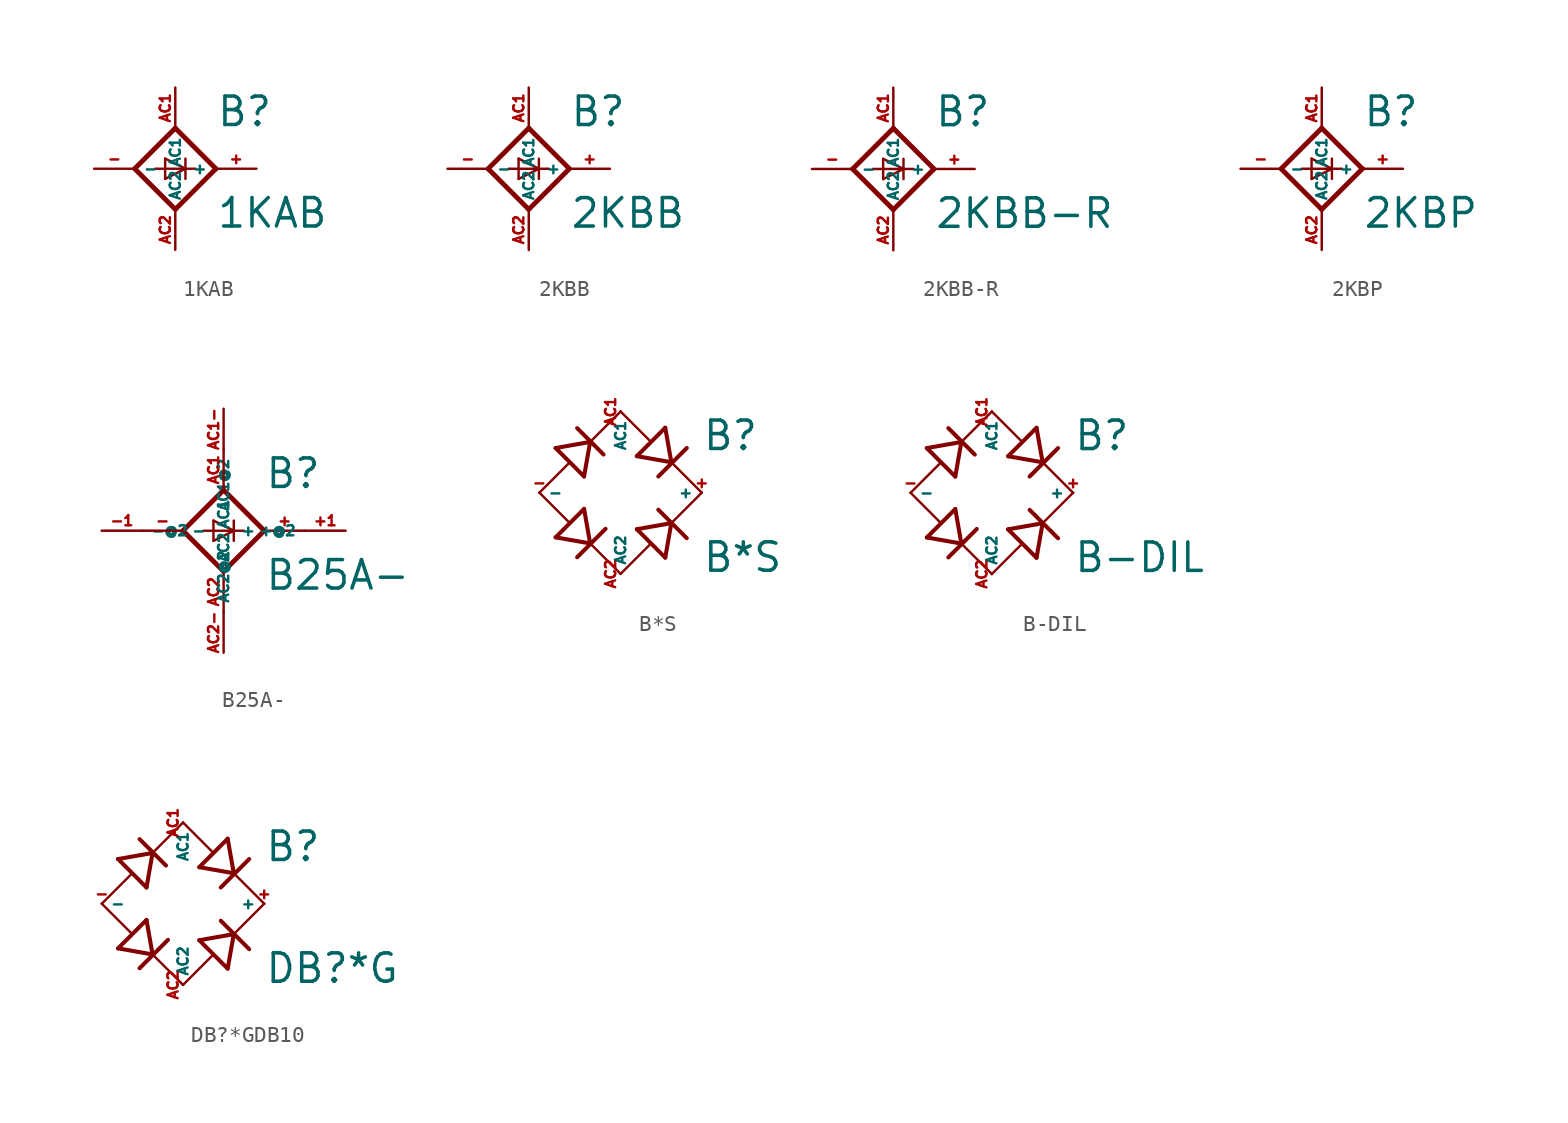
<source format=kicad_sym>
(kicad_symbol_lib
  (version 20220914)
  (generator Eagle2Kicad)
  (symbol "1KAB"
    (property "Reference" "B"
      (at 2.54 2.54 0)
      (effects (font (size 1.778 1.778) (thickness 0.22)) (justify left bottom)))
    (property "Value" "1KAB"
      (at 2.54 -3.81 0)
      (effects (font (size 1.778 1.778) (thickness 0.22)) (justify left bottom)))
    (polyline
      (pts (xy 0 -2.54) (xy 2.54 0))
      (stroke (width 0.305) (type default))
      (fill (type none)))
    (polyline
      (pts (xy 0 2.54) (xy -2.54 0))
      (stroke (width 0.305) (type default))
      (fill (type none)))
    (polyline
      (pts (xy -2.54 0) (xy 0 -2.54))
      (stroke (width 0.305) (type default))
      (fill (type none)))
    (polyline
      (pts (xy 2.54 0) (xy 0 2.54))
      (stroke (width 0.305) (type default))
      (fill (type none)))
    (polyline
      (pts (xy -1.27 0) (xy 0.635 0))
      (stroke (width 0.152) (type default))
      (fill (type none)))
    (polyline
      (pts (xy -0.635 0.635) (xy -0.635 -0.635))
      (stroke (width 0.152) (type default))
      (fill (type none)))
    (polyline
      (pts (xy -0.635 0.635) (xy 0.635 0))
      (stroke (width 0.152) (type default))
      (fill (type none)))
    (polyline
      (pts (xy 0.635 0) (xy 1.27 0))
      (stroke (width 0.152) (type default))
      (fill (type none)))
    (polyline
      (pts (xy 0.635 0) (xy -0.635 -0.635))
      (stroke (width 0.152) (type default))
      (fill (type none)))
    (polyline
      (pts (xy 0.635 0.635) (xy 0.635 -0.635))
      (stroke (width 0.152) (type default))
      (fill (type none)))
    (pin passive line
      (at 0 5.08 270)
      (length 2.54)
      (name "AC1" (effects (font (size 0.635 0.635) (thickness 0.08)) (justify left bottom)))
      (number "AC1" (effects (font (size 0.635 0.635) (thickness 0.08)) (justify left bottom))))
    (pin passive line
      (at 0 -5.08 90)
      (length 2.54)
      (name "AC2" (effects (font (size 0.635 0.635) (thickness 0.08)) (justify left bottom)))
      (number "AC2" (effects (font (size 0.635 0.635) (thickness 0.08)) (justify left bottom))))
    (pin passive line
      (at -5.08 0 0)
      (length 2.54)
      (name "-" (effects (font (size 0.635 0.635) (thickness 0.08)) (justify left bottom)))
      (number "-" (effects (font (size 0.635 0.635) (thickness 0.08)) (justify left bottom))))
    (pin passive line
      (at 5.08 0 180)
      (length 2.54)
      (name "+" (effects (font (size 0.635 0.635) (thickness 0.08)) (justify left bottom)))
      (number "+" (effects (font (size 0.635 0.635) (thickness 0.08)) (justify left bottom)))))
  (symbol "2KBB"
    (property "Reference" "B"
      (at 2.54 2.54 0)
      (effects (font (size 1.778 1.778) (thickness 0.22)) (justify left bottom)))
    (property "Value" "2KBB"
      (at 2.54 -3.81 0)
      (effects (font (size 1.778 1.778) (thickness 0.22)) (justify left bottom)))
    (polyline
      (pts (xy 0 -2.54) (xy 2.54 0))
      (stroke (width 0.305) (type default))
      (fill (type none)))
    (polyline
      (pts (xy 0 2.54) (xy -2.54 0))
      (stroke (width 0.305) (type default))
      (fill (type none)))
    (polyline
      (pts (xy -2.54 0) (xy 0 -2.54))
      (stroke (width 0.305) (type default))
      (fill (type none)))
    (polyline
      (pts (xy 2.54 0) (xy 0 2.54))
      (stroke (width 0.305) (type default))
      (fill (type none)))
    (polyline
      (pts (xy -1.27 0) (xy 0.635 0))
      (stroke (width 0.152) (type default))
      (fill (type none)))
    (polyline
      (pts (xy -0.635 0.635) (xy -0.635 -0.635))
      (stroke (width 0.152) (type default))
      (fill (type none)))
    (polyline
      (pts (xy -0.635 0.635) (xy 0.635 0))
      (stroke (width 0.152) (type default))
      (fill (type none)))
    (polyline
      (pts (xy 0.635 0) (xy 1.27 0))
      (stroke (width 0.152) (type default))
      (fill (type none)))
    (polyline
      (pts (xy 0.635 0) (xy -0.635 -0.635))
      (stroke (width 0.152) (type default))
      (fill (type none)))
    (polyline
      (pts (xy 0.635 0.635) (xy 0.635 -0.635))
      (stroke (width 0.152) (type default))
      (fill (type none)))
    (pin passive line
      (at 0 5.08 270)
      (length 2.54)
      (name "AC1" (effects (font (size 0.635 0.635) (thickness 0.08)) (justify left bottom)))
      (number "AC1" (effects (font (size 0.635 0.635) (thickness 0.08)) (justify left bottom))))
    (pin passive line
      (at 0 -5.08 90)
      (length 2.54)
      (name "AC2" (effects (font (size 0.635 0.635) (thickness 0.08)) (justify left bottom)))
      (number "AC2" (effects (font (size 0.635 0.635) (thickness 0.08)) (justify left bottom))))
    (pin passive line
      (at -5.08 0 0)
      (length 2.54)
      (name "-" (effects (font (size 0.635 0.635) (thickness 0.08)) (justify left bottom)))
      (number "-" (effects (font (size 0.635 0.635) (thickness 0.08)) (justify left bottom))))
    (pin passive line
      (at 5.08 0 180)
      (length 2.54)
      (name "+" (effects (font (size 0.635 0.635) (thickness 0.08)) (justify left bottom)))
      (number "+" (effects (font (size 0.635 0.635) (thickness 0.08)) (justify left bottom)))))
  (symbol "2KBB-R"
    (property "Reference" "B"
      (at 2.54 2.54 0)
      (effects (font (size 1.778 1.778) (thickness 0.22)) (justify left bottom)))
    (property "Value" "2KBB-R"
      (at 2.54 -3.81 0)
      (effects (font (size 1.778 1.778) (thickness 0.22)) (justify left bottom)))
    (polyline
      (pts (xy 0 -2.54) (xy 2.54 0))
      (stroke (width 0.305) (type default))
      (fill (type none)))
    (polyline
      (pts (xy 0 2.54) (xy -2.54 0))
      (stroke (width 0.305) (type default))
      (fill (type none)))
    (polyline
      (pts (xy -2.54 0) (xy 0 -2.54))
      (stroke (width 0.305) (type default))
      (fill (type none)))
    (polyline
      (pts (xy 2.54 0) (xy 0 2.54))
      (stroke (width 0.305) (type default))
      (fill (type none)))
    (polyline
      (pts (xy -1.27 0) (xy 0.635 0))
      (stroke (width 0.152) (type default))
      (fill (type none)))
    (polyline
      (pts (xy -0.635 0.635) (xy -0.635 -0.635))
      (stroke (width 0.152) (type default))
      (fill (type none)))
    (polyline
      (pts (xy -0.635 0.635) (xy 0.635 0))
      (stroke (width 0.152) (type default))
      (fill (type none)))
    (polyline
      (pts (xy 0.635 0) (xy 1.27 0))
      (stroke (width 0.152) (type default))
      (fill (type none)))
    (polyline
      (pts (xy 0.635 0) (xy -0.635 -0.635))
      (stroke (width 0.152) (type default))
      (fill (type none)))
    (polyline
      (pts (xy 0.635 0.635) (xy 0.635 -0.635))
      (stroke (width 0.152) (type default))
      (fill (type none)))
    (pin passive line
      (at 0 5.08 270)
      (length 2.54)
      (name "AC1" (effects (font (size 0.635 0.635) (thickness 0.08)) (justify left bottom)))
      (number "AC1" (effects (font (size 0.635 0.635) (thickness 0.08)) (justify left bottom))))
    (pin passive line
      (at 0 -5.08 90)
      (length 2.54)
      (name "AC2" (effects (font (size 0.635 0.635) (thickness 0.08)) (justify left bottom)))
      (number "AC2" (effects (font (size 0.635 0.635) (thickness 0.08)) (justify left bottom))))
    (pin passive line
      (at -5.08 0 0)
      (length 2.54)
      (name "-" (effects (font (size 0.635 0.635) (thickness 0.08)) (justify left bottom)))
      (number "-" (effects (font (size 0.635 0.635) (thickness 0.08)) (justify left bottom))))
    (pin passive line
      (at 5.08 0 180)
      (length 2.54)
      (name "+" (effects (font (size 0.635 0.635) (thickness 0.08)) (justify left bottom)))
      (number "+" (effects (font (size 0.635 0.635) (thickness 0.08)) (justify left bottom)))))
  (symbol "2KBP"
    (property "Reference" "B"
      (at 2.54 2.54 0)
      (effects (font (size 1.778 1.778) (thickness 0.22)) (justify left bottom)))
    (property "Value" "2KBP"
      (at 2.54 -3.81 0)
      (effects (font (size 1.778 1.778) (thickness 0.22)) (justify left bottom)))
    (polyline
      (pts (xy 0 -2.54) (xy 2.54 0))
      (stroke (width 0.305) (type default))
      (fill (type none)))
    (polyline
      (pts (xy 0 2.54) (xy -2.54 0))
      (stroke (width 0.305) (type default))
      (fill (type none)))
    (polyline
      (pts (xy -2.54 0) (xy 0 -2.54))
      (stroke (width 0.305) (type default))
      (fill (type none)))
    (polyline
      (pts (xy 2.54 0) (xy 0 2.54))
      (stroke (width 0.305) (type default))
      (fill (type none)))
    (polyline
      (pts (xy -1.27 0) (xy 0.635 0))
      (stroke (width 0.152) (type default))
      (fill (type none)))
    (polyline
      (pts (xy -0.635 0.635) (xy -0.635 -0.635))
      (stroke (width 0.152) (type default))
      (fill (type none)))
    (polyline
      (pts (xy -0.635 0.635) (xy 0.635 0))
      (stroke (width 0.152) (type default))
      (fill (type none)))
    (polyline
      (pts (xy 0.635 0) (xy 1.27 0))
      (stroke (width 0.152) (type default))
      (fill (type none)))
    (polyline
      (pts (xy 0.635 0) (xy -0.635 -0.635))
      (stroke (width 0.152) (type default))
      (fill (type none)))
    (polyline
      (pts (xy 0.635 0.635) (xy 0.635 -0.635))
      (stroke (width 0.152) (type default))
      (fill (type none)))
    (pin passive line
      (at 0 5.08 270)
      (length 2.54)
      (name "AC1" (effects (font (size 0.635 0.635) (thickness 0.08)) (justify left bottom)))
      (number "AC1" (effects (font (size 0.635 0.635) (thickness 0.08)) (justify left bottom))))
    (pin passive line
      (at 0 -5.08 90)
      (length 2.54)
      (name "AC2" (effects (font (size 0.635 0.635) (thickness 0.08)) (justify left bottom)))
      (number "AC2" (effects (font (size 0.635 0.635) (thickness 0.08)) (justify left bottom))))
    (pin passive line
      (at -5.08 0 0)
      (length 2.54)
      (name "-" (effects (font (size 0.635 0.635) (thickness 0.08)) (justify left bottom)))
      (number "-" (effects (font (size 0.635 0.635) (thickness 0.08)) (justify left bottom))))
    (pin passive line
      (at 5.08 0 180)
      (length 2.54)
      (name "+" (effects (font (size 0.635 0.635) (thickness 0.08)) (justify left bottom)))
      (number "+" (effects (font (size 0.635 0.635) (thickness 0.08)) (justify left bottom)))))
  (symbol "B25A-"
    (property "Reference" "B"
      (at 2.54 2.54 0)
      (effects (font (size 1.778 1.778) (thickness 0.22)) (justify left bottom)))
    (property "Value" "B25A-"
      (at 2.54 -3.81 0)
      (effects (font (size 1.778 1.778) (thickness 0.22)) (justify left bottom)))
    (polyline
      (pts (xy 0 -2.54) (xy 2.54 0))
      (stroke (width 0.305) (type default))
      (fill (type none)))
    (polyline
      (pts (xy 0 2.54) (xy -2.54 0))
      (stroke (width 0.305) (type default))
      (fill (type none)))
    (polyline
      (pts (xy -2.54 0) (xy 0 -2.54))
      (stroke (width 0.305) (type default))
      (fill (type none)))
    (polyline
      (pts (xy 2.54 0) (xy 0 2.54))
      (stroke (width 0.305) (type default))
      (fill (type none)))
    (polyline
      (pts (xy -1.27 0) (xy 0.635 0))
      (stroke (width 0.152) (type default))
      (fill (type none)))
    (polyline
      (pts (xy -0.635 0.635) (xy -0.635 -0.635))
      (stroke (width 0.152) (type default))
      (fill (type none)))
    (polyline
      (pts (xy -0.635 0.635) (xy 0.635 0))
      (stroke (width 0.152) (type default))
      (fill (type none)))
    (polyline
      (pts (xy 0.635 0) (xy 1.27 0))
      (stroke (width 0.152) (type default))
      (fill (type none)))
    (polyline
      (pts (xy 0.635 0) (xy -0.635 -0.635))
      (stroke (width 0.152) (type default))
      (fill (type none)))
    (polyline
      (pts (xy 0.635 0.635) (xy 0.635 -0.635))
      (stroke (width 0.152) (type default))
      (fill (type none)))
    (pin passive line
      (at 0 5.08 270)
      (length 2.54)
      (name "AC1" (effects (font (size 0.635 0.635) (thickness 0.08)) (justify left bottom)))
      (number "AC1" (effects (font (size 0.635 0.635) (thickness 0.08)) (justify left bottom))))
    (pin passive line
      (at 0 -5.08 90)
      (length 2.54)
      (name "AC2" (effects (font (size 0.635 0.635) (thickness 0.08)) (justify left bottom)))
      (number "AC2" (effects (font (size 0.635 0.635) (thickness 0.08)) (justify left bottom))))
    (pin passive line
      (at -5.08 0 0)
      (length 2.54)
      (name "-" (effects (font (size 0.635 0.635) (thickness 0.08)) (justify left bottom)))
      (number "-" (effects (font (size 0.635 0.635) (thickness 0.08)) (justify left bottom))))
    (pin passive line
      (at 5.08 0 180)
      (length 2.54)
      (name "+" (effects (font (size 0.635 0.635) (thickness 0.08)) (justify left bottom)))
      (number "+" (effects (font (size 0.635 0.635) (thickness 0.08)) (justify left bottom))))
    (pin passive line
      (at -7.62 0 0)
      (length 2.54)
      (name "-@2" (effects (font (size 0.635 0.635) (thickness 0.08)) (justify left bottom)))
      (number "-1" (effects (font (size 0.635 0.635) (thickness 0.08)) (justify left bottom))))
    (pin passive line
      (at 0 7.62 270)
      (length 2.54)
      (name "AC1@2" (effects (font (size 0.635 0.635) (thickness 0.08)) (justify left bottom)))
      (number "AC1-" (effects (font (size 0.635 0.635) (thickness 0.08)) (justify left bottom))))
    (pin passive line
      (at 7.62 0 180)
      (length 2.54)
      (name "+@2" (effects (font (size 0.635 0.635) (thickness 0.08)) (justify left bottom)))
      (number "+1" (effects (font (size 0.635 0.635) (thickness 0.08)) (justify left bottom))))
    (pin passive line
      (at 0 -7.62 90)
      (length 2.54)
      (name "AC2@2" (effects (font (size 0.635 0.635) (thickness 0.08)) (justify left bottom)))
      (number "AC2-" (effects (font (size 0.635 0.635) (thickness 0.08)) (justify left bottom)))))
  (symbol "B*S"
    (property "Reference" "B"
      (at 5.08 2.54 0)
      (effects (font (size 1.778 1.778) (thickness 0.22)) (justify left bottom)))
    (property "Value" "B*S"
      (at 5.08 -5.08 0)
      (effects (font (size 1.778 1.778) (thickness 0.22)) (justify left bottom)))
    (polyline
      (pts (xy -1.905 -3.175) (xy -4.064 -2.794))
      (stroke (width 0.254) (type default))
      (fill (type none)))
    (polyline
      (pts (xy -1.905 -3.175) (xy -2.286 -1.016))
      (stroke (width 0.254) (type default))
      (fill (type none)))
    (polyline
      (pts (xy -2.718 -4.039) (xy -0.94 -2.261))
      (stroke (width 0.254) (type default))
      (fill (type none)))
    (polyline
      (pts (xy -1.905 3.175) (xy -4.064 2.794))
      (stroke (width 0.254) (type default))
      (fill (type none)))
    (polyline
      (pts (xy -1.905 3.175) (xy -2.286 1.016))
      (stroke (width 0.254) (type default))
      (fill (type none)))
    (polyline
      (pts (xy -2.718 4.039) (xy -1.067 2.388))
      (stroke (width 0.254) (type default))
      (fill (type none)))
    (polyline
      (pts (xy 3.175 1.905) (xy 2.794 4.064))
      (stroke (width 0.254) (type default))
      (fill (type none)))
    (polyline
      (pts (xy 3.175 1.905) (xy 1.016 2.286))
      (stroke (width 0.254) (type default))
      (fill (type none)))
    (polyline
      (pts (xy 2.362 1.016) (xy 4.14 2.794))
      (stroke (width 0.254) (type default))
      (fill (type none)))
    (polyline
      (pts (xy 3.175 -1.905) (xy 2.794 -4.064))
      (stroke (width 0.254) (type default))
      (fill (type none)))
    (polyline
      (pts (xy 3.175 -1.905) (xy 1.016 -2.286))
      (stroke (width 0.254) (type default))
      (fill (type none)))
    (polyline
      (pts (xy 2.362 -1.067) (xy 4.14 -2.845))
      (stroke (width 0.254) (type default))
      (fill (type none)))
    (polyline
      (pts (xy 5.08 0) (xy 3.175 -1.905))
      (stroke (width 0.152) (type default))
      (fill (type none)))
    (polyline
      (pts (xy 0 -5.08) (xy -1.905 -3.175))
      (stroke (width 0.152) (type default))
      (fill (type none)))
    (polyline
      (pts (xy -3.277 -1.803) (xy -5.08 0))
      (stroke (width 0.152) (type default))
      (fill (type none)))
    (polyline
      (pts (xy -4.064 -2.794) (xy -2.286 -1.016))
      (stroke (width 0.254) (type default))
      (fill (type none)))
    (polyline
      (pts (xy -5.08 0) (xy -3.277 1.803))
      (stroke (width 0.152) (type default))
      (fill (type none)))
    (polyline
      (pts (xy -4.064 2.794) (xy -2.286 1.016))
      (stroke (width 0.254) (type default))
      (fill (type none)))
    (polyline
      (pts (xy -1.905 3.175) (xy 0 5.08))
      (stroke (width 0.152) (type default))
      (fill (type none)))
    (polyline
      (pts (xy 0 5.08) (xy 1.803 3.277))
      (stroke (width 0.152) (type default))
      (fill (type none)))
    (polyline
      (pts (xy 1.016 2.286) (xy 2.794 4.064))
      (stroke (width 0.254) (type default))
      (fill (type none)))
    (polyline
      (pts (xy 3.175 1.905) (xy 5.08 0))
      (stroke (width 0.152) (type default))
      (fill (type none)))
    (polyline
      (pts (xy 0 -5.08) (xy 1.803 -3.277))
      (stroke (width 0.152) (type default))
      (fill (type none)))
    (polyline
      (pts (xy 1.016 -2.286) (xy 2.794 -4.064))
      (stroke (width 0.254) (type default))
      (fill (type none)))
    (pin passive line
      (at 0 5.08 270)
      (length 0)
      (name "AC1" (effects (font (size 0.635 0.635) (thickness 0.08)) (justify left bottom)))
      (number "AC1" (effects (font (size 0.635 0.635) (thickness 0.08)) (justify left bottom))))
    (pin passive line
      (at 5.08 0 180)
      (length 0)
      (name "+" (effects (font (size 0.635 0.635) (thickness 0.08)) (justify left bottom)))
      (number "+" (effects (font (size 0.635 0.635) (thickness 0.08)) (justify left bottom))))
    (pin passive line
      (at 0 -5.08 90)
      (length 0)
      (name "AC2" (effects (font (size 0.635 0.635) (thickness 0.08)) (justify left bottom)))
      (number "AC2" (effects (font (size 0.635 0.635) (thickness 0.08)) (justify left bottom))))
    (pin passive line
      (at -5.08 0 0)
      (length 0)
      (name "-" (effects (font (size 0.635 0.635) (thickness 0.08)) (justify left bottom)))
      (number "-" (effects (font (size 0.635 0.635) (thickness 0.08)) (justify left bottom)))))
  (symbol "B-DIL"
    (property "Reference" "B"
      (at 5.08 2.54 0)
      (effects (font (size 1.778 1.778) (thickness 0.22)) (justify left bottom)))
    (property "Value" "B-DIL"
      (at 5.08 -5.08 0)
      (effects (font (size 1.778 1.778) (thickness 0.22)) (justify left bottom)))
    (polyline
      (pts (xy -1.905 -3.175) (xy -4.064 -2.794))
      (stroke (width 0.254) (type default))
      (fill (type none)))
    (polyline
      (pts (xy -1.905 -3.175) (xy -2.286 -1.016))
      (stroke (width 0.254) (type default))
      (fill (type none)))
    (polyline
      (pts (xy -2.718 -4.039) (xy -0.94 -2.261))
      (stroke (width 0.254) (type default))
      (fill (type none)))
    (polyline
      (pts (xy -1.905 3.175) (xy -4.064 2.794))
      (stroke (width 0.254) (type default))
      (fill (type none)))
    (polyline
      (pts (xy -1.905 3.175) (xy -2.286 1.016))
      (stroke (width 0.254) (type default))
      (fill (type none)))
    (polyline
      (pts (xy -2.718 4.039) (xy -1.067 2.388))
      (stroke (width 0.254) (type default))
      (fill (type none)))
    (polyline
      (pts (xy 3.175 1.905) (xy 2.794 4.064))
      (stroke (width 0.254) (type default))
      (fill (type none)))
    (polyline
      (pts (xy 3.175 1.905) (xy 1.016 2.286))
      (stroke (width 0.254) (type default))
      (fill (type none)))
    (polyline
      (pts (xy 2.362 1.016) (xy 4.14 2.794))
      (stroke (width 0.254) (type default))
      (fill (type none)))
    (polyline
      (pts (xy 3.175 -1.905) (xy 2.794 -4.064))
      (stroke (width 0.254) (type default))
      (fill (type none)))
    (polyline
      (pts (xy 3.175 -1.905) (xy 1.016 -2.286))
      (stroke (width 0.254) (type default))
      (fill (type none)))
    (polyline
      (pts (xy 2.362 -1.067) (xy 4.14 -2.845))
      (stroke (width 0.254) (type default))
      (fill (type none)))
    (polyline
      (pts (xy 5.08 0) (xy 3.175 -1.905))
      (stroke (width 0.152) (type default))
      (fill (type none)))
    (polyline
      (pts (xy 0 -5.08) (xy -1.905 -3.175))
      (stroke (width 0.152) (type default))
      (fill (type none)))
    (polyline
      (pts (xy -3.277 -1.803) (xy -5.08 0))
      (stroke (width 0.152) (type default))
      (fill (type none)))
    (polyline
      (pts (xy -4.064 -2.794) (xy -2.286 -1.016))
      (stroke (width 0.254) (type default))
      (fill (type none)))
    (polyline
      (pts (xy -5.08 0) (xy -3.277 1.803))
      (stroke (width 0.152) (type default))
      (fill (type none)))
    (polyline
      (pts (xy -4.064 2.794) (xy -2.286 1.016))
      (stroke (width 0.254) (type default))
      (fill (type none)))
    (polyline
      (pts (xy -1.905 3.175) (xy 0 5.08))
      (stroke (width 0.152) (type default))
      (fill (type none)))
    (polyline
      (pts (xy 0 5.08) (xy 1.803 3.277))
      (stroke (width 0.152) (type default))
      (fill (type none)))
    (polyline
      (pts (xy 1.016 2.286) (xy 2.794 4.064))
      (stroke (width 0.254) (type default))
      (fill (type none)))
    (polyline
      (pts (xy 3.175 1.905) (xy 5.08 0))
      (stroke (width 0.152) (type default))
      (fill (type none)))
    (polyline
      (pts (xy 0 -5.08) (xy 1.803 -3.277))
      (stroke (width 0.152) (type default))
      (fill (type none)))
    (polyline
      (pts (xy 1.016 -2.286) (xy 2.794 -4.064))
      (stroke (width 0.254) (type default))
      (fill (type none)))
    (pin passive line
      (at 0 5.08 270)
      (length 0)
      (name "AC1" (effects (font (size 0.635 0.635) (thickness 0.08)) (justify left bottom)))
      (number "AC1" (effects (font (size 0.635 0.635) (thickness 0.08)) (justify left bottom))))
    (pin passive line
      (at 5.08 0 180)
      (length 0)
      (name "+" (effects (font (size 0.635 0.635) (thickness 0.08)) (justify left bottom)))
      (number "+" (effects (font (size 0.635 0.635) (thickness 0.08)) (justify left bottom))))
    (pin passive line
      (at 0 -5.08 90)
      (length 0)
      (name "AC2" (effects (font (size 0.635 0.635) (thickness 0.08)) (justify left bottom)))
      (number "AC2" (effects (font (size 0.635 0.635) (thickness 0.08)) (justify left bottom))))
    (pin passive line
      (at -5.08 0 0)
      (length 0)
      (name "-" (effects (font (size 0.635 0.635) (thickness 0.08)) (justify left bottom)))
      (number "-" (effects (font (size 0.635 0.635) (thickness 0.08)) (justify left bottom)))))
  (symbol "DB?*GDB10"
    (property "Reference" "B"
      (at 5.08 2.54 0)
      (effects (font (size 1.778 1.778) (thickness 0.22)) (justify left bottom)))
    (property "Value" "DB?*G"
      (at 5.08 -5.08 0)
      (effects (font (size 1.778 1.778) (thickness 0.22)) (justify left bottom)))
    (polyline
      (pts (xy -1.905 -3.175) (xy -4.064 -2.794))
      (stroke (width 0.254) (type default))
      (fill (type none)))
    (polyline
      (pts (xy -1.905 -3.175) (xy -2.286 -1.016))
      (stroke (width 0.254) (type default))
      (fill (type none)))
    (polyline
      (pts (xy -2.718 -4.039) (xy -0.94 -2.261))
      (stroke (width 0.254) (type default))
      (fill (type none)))
    (polyline
      (pts (xy -1.905 3.175) (xy -4.064 2.794))
      (stroke (width 0.254) (type default))
      (fill (type none)))
    (polyline
      (pts (xy -1.905 3.175) (xy -2.286 1.016))
      (stroke (width 0.254) (type default))
      (fill (type none)))
    (polyline
      (pts (xy -2.718 4.039) (xy -1.067 2.388))
      (stroke (width 0.254) (type default))
      (fill (type none)))
    (polyline
      (pts (xy 3.175 1.905) (xy 2.794 4.064))
      (stroke (width 0.254) (type default))
      (fill (type none)))
    (polyline
      (pts (xy 3.175 1.905) (xy 1.016 2.286))
      (stroke (width 0.254) (type default))
      (fill (type none)))
    (polyline
      (pts (xy 2.362 1.016) (xy 4.14 2.794))
      (stroke (width 0.254) (type default))
      (fill (type none)))
    (polyline
      (pts (xy 3.175 -1.905) (xy 2.794 -4.064))
      (stroke (width 0.254) (type default))
      (fill (type none)))
    (polyline
      (pts (xy 3.175 -1.905) (xy 1.016 -2.286))
      (stroke (width 0.254) (type default))
      (fill (type none)))
    (polyline
      (pts (xy 2.362 -1.067) (xy 4.14 -2.845))
      (stroke (width 0.254) (type default))
      (fill (type none)))
    (polyline
      (pts (xy 5.08 0) (xy 3.175 -1.905))
      (stroke (width 0.152) (type default))
      (fill (type none)))
    (polyline
      (pts (xy 0 -5.08) (xy -1.905 -3.175))
      (stroke (width 0.152) (type default))
      (fill (type none)))
    (polyline
      (pts (xy -3.277 -1.803) (xy -5.08 0))
      (stroke (width 0.152) (type default))
      (fill (type none)))
    (polyline
      (pts (xy -4.064 -2.794) (xy -2.286 -1.016))
      (stroke (width 0.254) (type default))
      (fill (type none)))
    (polyline
      (pts (xy -5.08 0) (xy -3.277 1.803))
      (stroke (width 0.152) (type default))
      (fill (type none)))
    (polyline
      (pts (xy -4.064 2.794) (xy -2.286 1.016))
      (stroke (width 0.254) (type default))
      (fill (type none)))
    (polyline
      (pts (xy -1.905 3.175) (xy 0 5.08))
      (stroke (width 0.152) (type default))
      (fill (type none)))
    (polyline
      (pts (xy 0 5.08) (xy 1.803 3.277))
      (stroke (width 0.152) (type default))
      (fill (type none)))
    (polyline
      (pts (xy 1.016 2.286) (xy 2.794 4.064))
      (stroke (width 0.254) (type default))
      (fill (type none)))
    (polyline
      (pts (xy 3.175 1.905) (xy 5.08 0))
      (stroke (width 0.152) (type default))
      (fill (type none)))
    (polyline
      (pts (xy 0 -5.08) (xy 1.803 -3.277))
      (stroke (width 0.152) (type default))
      (fill (type none)))
    (polyline
      (pts (xy 1.016 -2.286) (xy 2.794 -4.064))
      (stroke (width 0.254) (type default))
      (fill (type none)))
    (pin passive line
      (at 0 5.08 270)
      (length 0)
      (name "AC1" (effects (font (size 0.635 0.635) (thickness 0.08)) (justify left bottom)))
      (number "AC1" (effects (font (size 0.635 0.635) (thickness 0.08)) (justify left bottom))))
    (pin passive line
      (at 5.08 0 180)
      (length 0)
      (name "+" (effects (font (size 0.635 0.635) (thickness 0.08)) (justify left bottom)))
      (number "+" (effects (font (size 0.635 0.635) (thickness 0.08)) (justify left bottom))))
    (pin passive line
      (at 0 -5.08 90)
      (length 0)
      (name "AC2" (effects (font (size 0.635 0.635) (thickness 0.08)) (justify left bottom)))
      (number "AC2" (effects (font (size 0.635 0.635) (thickness 0.08)) (justify left bottom))))
    (pin passive line
      (at -5.08 0 0)
      (length 0)
      (name "-" (effects (font (size 0.635 0.635) (thickness 0.08)) (justify left bottom)))
      (number "-" (effects (font (size 0.635 0.635) (thickness 0.08)) (justify left bottom))))))
</source>
